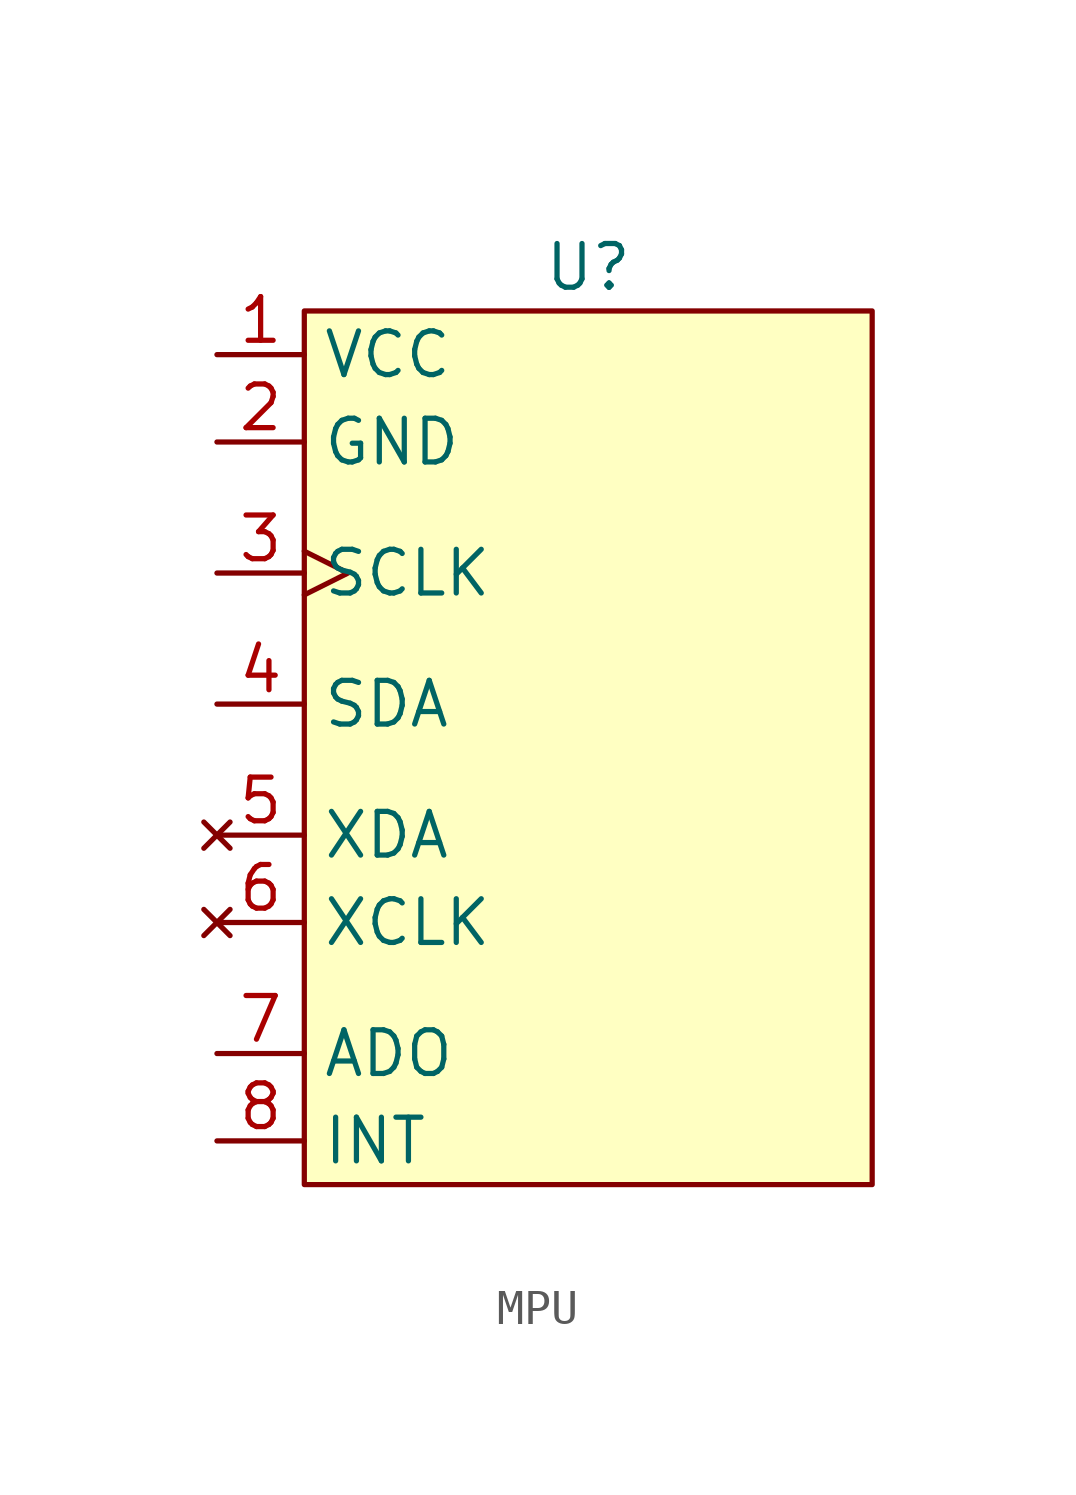
<source format=kicad_sym>
(kicad_symbol_lib
  (version 20220914)
  (generator kicad_symbol_editor)
  (symbol "MPU"
    (property "Reference" "U"
      (at 1.905 6.35 0)
      (effects (font (size 1.27 1.27))))
    (property "Value" ""
      (at 0 0 0)
      (effects (font (size 1.27 1.27))))
    (symbol "MPU_1_1"
      (rectangle (start -6.35 5.08) (end 10.16 -20.32) (stroke (width 0) (type default)) (fill (type background)))
      (pin power_in line (at -8.89 3.81 0) (length 2.54) (name "VCC" (effects (font (size 1.27 1.27)))) (number "1" (effects (font (size 1.27 1.27)))))
      (pin passive line (at -8.89 1.27 0) (length 2.54) (name "GND" (effects (font (size 1.27 1.27)))) (number "2" (effects (font (size 1.27 1.27)))))
      (pin input clock (at -8.89 -2.54 0) (length 2.54) (name "SCLK" (effects (font (size 1.27 1.27)))) (number "3" (effects (font (size 1.27 1.27)))))
      (pin bidirectional line (at -8.89 -6.35 0) (length 2.54) (name "SDA" (effects (font (size 1.27 1.27)))) (number "4" (effects (font (size 1.27 1.27)))))
      (pin no_connect line (at -8.89 -10.16 0) (length 2.54) (name "XDA" (effects (font (size 1.27 1.27)))) (number "5" (effects (font (size 1.27 1.27)))))
      (pin no_connect line (at -8.89 -12.7 0) (length 2.54) (name "XCLK" (effects (font (size 1.27 1.27)))) (number "6" (effects (font (size 1.27 1.27)))))
      (pin input line (at -8.89 -16.51 0) (length 2.54) (name "ADO" (effects (font (size 1.27 1.27)))) (number "7" (effects (font (size 1.27 1.27)))))
      (pin output line (at -8.89 -19.05 0) (length 2.54) (name "INT" (effects (font (size 1.27 1.27)))) (number "8" (effects (font (size 1.27 1.27))))))))
</source>
